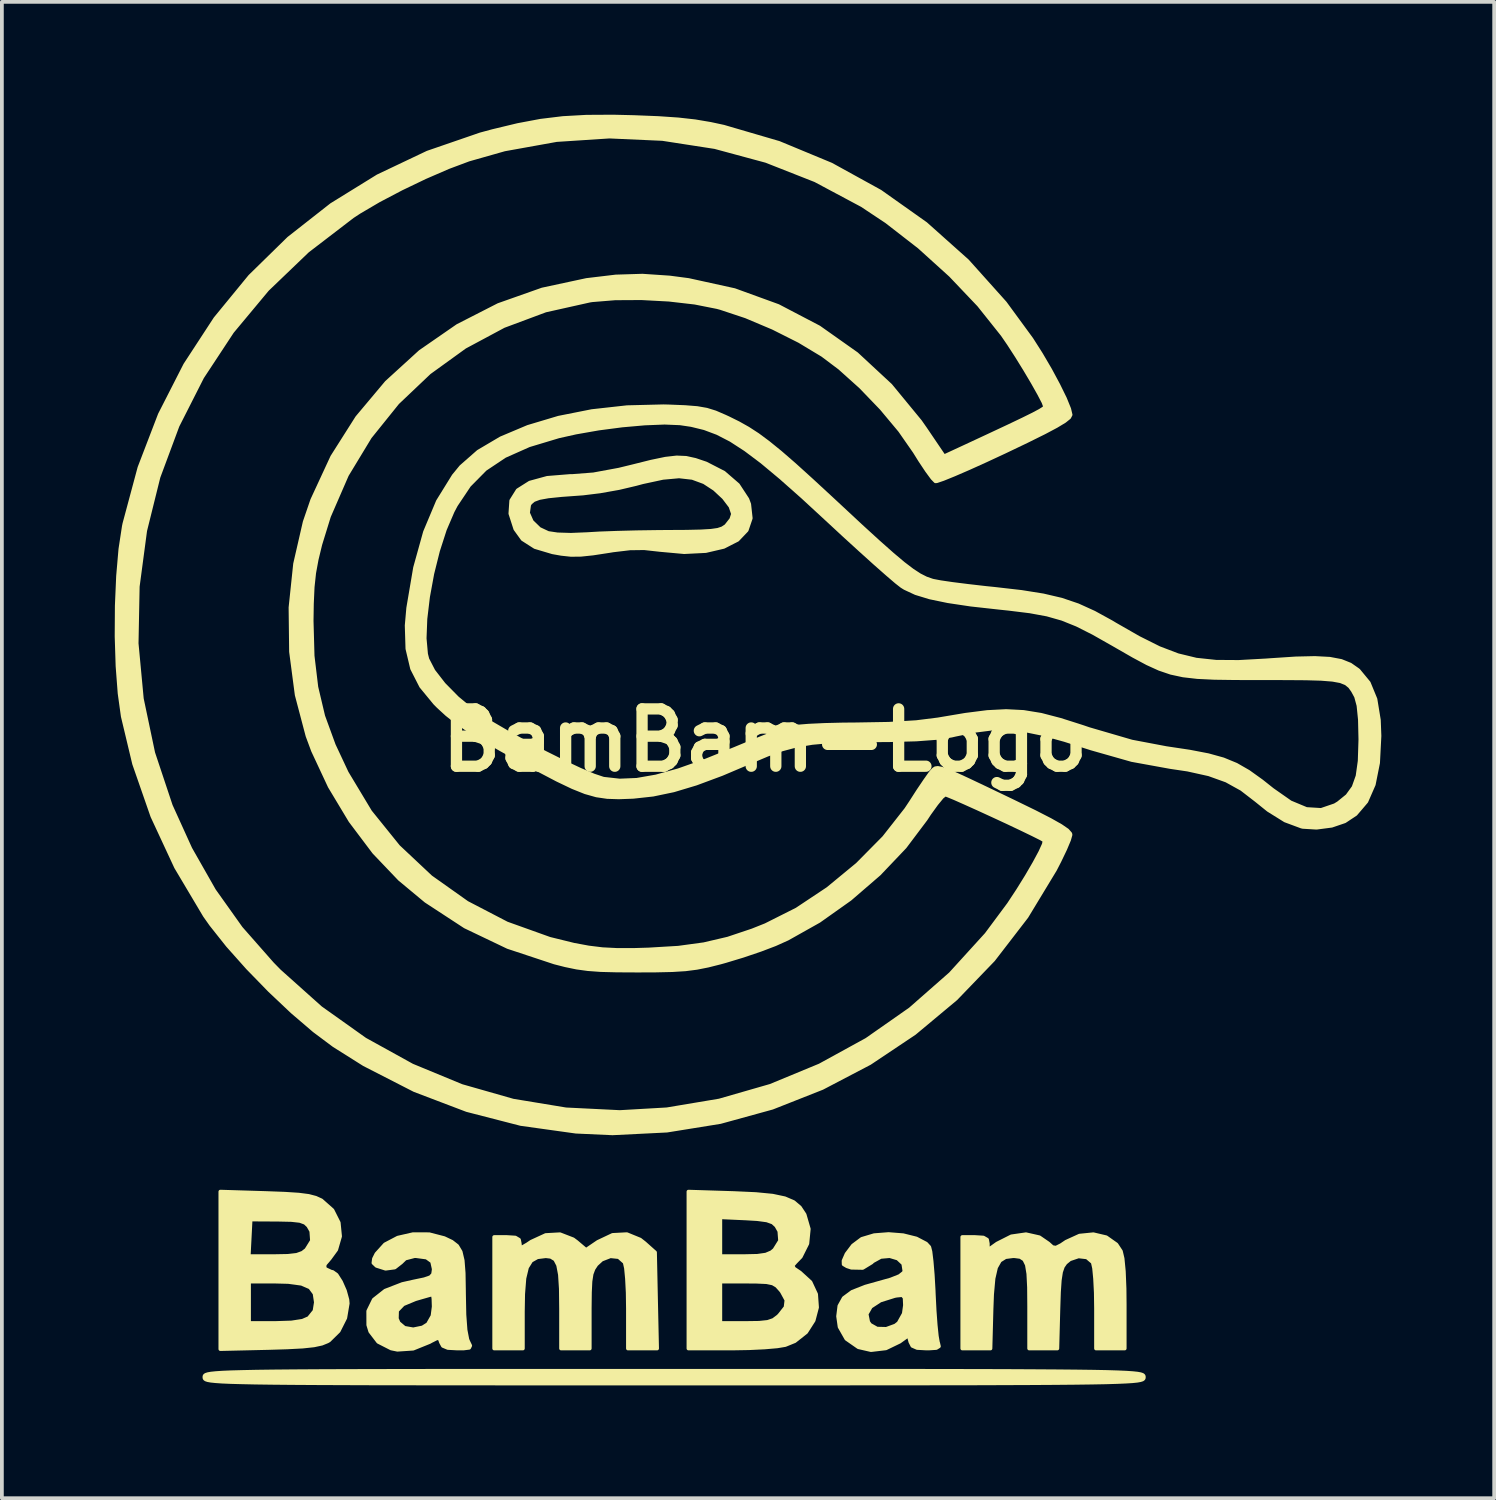
<source format=kicad_pcb>
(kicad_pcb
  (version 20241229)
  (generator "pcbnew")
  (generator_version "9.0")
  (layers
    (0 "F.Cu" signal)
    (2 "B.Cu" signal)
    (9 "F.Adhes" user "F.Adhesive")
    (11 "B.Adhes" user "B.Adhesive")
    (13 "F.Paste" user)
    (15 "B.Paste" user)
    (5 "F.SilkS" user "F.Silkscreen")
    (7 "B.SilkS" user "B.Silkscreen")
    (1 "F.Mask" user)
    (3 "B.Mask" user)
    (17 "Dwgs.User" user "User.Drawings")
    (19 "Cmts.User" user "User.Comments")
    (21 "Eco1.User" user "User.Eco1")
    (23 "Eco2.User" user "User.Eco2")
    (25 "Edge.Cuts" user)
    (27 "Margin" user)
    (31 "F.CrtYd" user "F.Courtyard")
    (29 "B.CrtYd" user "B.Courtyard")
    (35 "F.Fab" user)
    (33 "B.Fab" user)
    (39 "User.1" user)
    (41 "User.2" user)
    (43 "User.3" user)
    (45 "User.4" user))
  (footprint "BamBam-Logo"
    (layer "F.Cu")
    (at 17.287 16.633)
    (property "Reference" "BamBam-Logo" (at 0 0 0) (layer "F.SilkS") (effects (font (size 1.524 1.524) (thickness 0.3))))
    (attr through_hole)
    (fp_poly (pts (xy -2.866 16.171) (xy -3.254 16.171) (xy -3.641 16.171) (xy -3.641 15.107) (xy -3.647 14.686) (xy -3.666 14.316) (xy -3.693 14.035) (xy -3.727 13.883) (xy -3.728 13.88) (xy -3.885 13.741) (xy -4.106 13.718) (xy -4.338 13.808) (xy -4.481 13.939) (xy -4.557 14.054) (xy -4.608 14.191) (xy -4.638 14.387) (xy -4.652 14.677) (xy -4.657 15.095) (xy -4.657 15.167) (xy -4.657 16.171) (xy -5.038 16.171) (xy -5.419 16.171) (xy -5.419 15.107) (xy -5.425 14.584) (xy -5.449 14.208) (xy -5.497 13.955) (xy -5.575 13.804) (xy -5.69 13.733) (xy -5.824 13.717) (xy -6.049 13.745) (xy -6.213 13.837) (xy -6.325 14.017) (xy -6.394 14.305) (xy -6.427 14.722) (xy -6.435 15.192) (xy -6.435 16.171) (xy -6.816 16.171) (xy -7.197 16.171) (xy -7.197 14.69) (xy -7.197 13.208) (xy -6.858 13.208) (xy -6.636 13.222) (xy -6.538 13.28) (xy -6.519 13.375) (xy -6.509 13.471) (xy -6.453 13.482) (xy -6.315 13.402) (xy -6.211 13.332) (xy -5.827 13.155) (xy -5.448 13.134) (xy -5.099 13.269) (xy -5.008 13.337) (xy -4.755 13.551) (xy -4.44 13.337) (xy -4.049 13.152) (xy -3.67 13.132) (xy -3.318 13.276) (xy -3.198 13.37) (xy -2.921 13.617) (xy -2.894 14.894) (xy -2.866 16.171)) (stroke (width 0.1) (type solid)) (fill yes) (layer "F.SilkS"))
    (fp_poly (pts (xy 9.567 16.171) (xy 9.186 16.171) (xy 8.805 16.171) (xy 8.805 15.107) (xy 8.799 14.686) (xy 8.78 14.316) (xy 8.753 14.035) (xy 8.719 13.883) (xy 8.718 13.88) (xy 8.563 13.748) (xy 8.339 13.722) (xy 8.108 13.8) (xy 7.993 13.894) (xy 7.923 13.995) (xy 7.874 14.137) (xy 7.841 14.352) (xy 7.819 14.673) (xy 7.804 15.122) (xy 7.776 16.171) (xy 7.401 16.171) (xy 7.027 16.171) (xy 7.027 15.045) (xy 7.023 14.542) (xy 7.005 14.184) (xy 6.966 13.947) (xy 6.897 13.806) (xy 6.792 13.737) (xy 6.642 13.717) (xy 6.6 13.716) (xy 6.397 13.742) (xy 6.249 13.835) (xy 6.146 14.017) (xy 6.079 14.309) (xy 6.041 14.732) (xy 6.026 15.122) (xy 5.998 16.171) (xy 5.623 16.171) (xy 5.249 16.171) (xy 5.249 14.69) (xy 5.249 13.208) (xy 5.588 13.208) (xy 5.809 13.222) (xy 5.907 13.278) (xy 5.927 13.383) (xy 5.927 13.558) (xy 6.174 13.382) (xy 6.554 13.19) (xy 6.942 13.134) (xy 7.297 13.214) (xy 7.536 13.378) (xy 7.645 13.476) (xy 7.74 13.492) (xy 7.879 13.422) (xy 8.011 13.333) (xy 8.366 13.171) (xy 8.734 13.134) (xy 9.075 13.214) (xy 9.346 13.405) (xy 9.466 13.587) (xy 9.511 13.779) (xy 9.544 14.119) (xy 9.563 14.584) (xy 9.567 14.99) (xy 9.567 16.171)) (stroke (width 0.1) (type solid)) (fill yes) (layer "F.SilkS"))
    (fp_poly (pts (xy 1.387 15.079) (xy 1.296 15.426) (xy 1.097 15.737) (xy 0.794 15.976) (xy 0.573 16.066) (xy 0.573 14.885) (xy 0.452 14.662) (xy 0.417 14.616) (xy 0.404 14.602) (xy 0.404 13.306) (xy 0.385 13.052) (xy 0.304 12.908) (xy 0.209 12.821) (xy 0.053 12.765) (xy -0.202 12.731) (xy -0.5 12.713) (xy -1.185 12.682) (xy -1.185 13.199) (xy -1.185 13.716) (xy -0.55 13.716) (xy -0.2 13.708) (xy 0.026 13.676) (xy 0.175 13.613) (xy 0.254 13.547) (xy 0.404 13.306) (xy 0.404 14.602) (xy 0.319 14.507) (xy 0.209 14.441) (xy 0.044 14.407) (xy -0.219 14.395) (xy -0.472 14.393) (xy -1.185 14.393) (xy -1.185 14.944) (xy -1.185 15.494) (xy -0.504 15.494) (xy -0.154 15.489) (xy 0.074 15.465) (xy 0.226 15.413) (xy 0.349 15.321) (xy 0.385 15.286) (xy 0.551 15.075) (xy 0.573 14.885) (xy 0.573 16.066) (xy 0.54 16.079) (xy 0.33 16.114) (xy -0.004 16.143) (xy -0.419 16.163) (xy -0.869 16.171) (xy -0.91 16.171) (xy -2.032 16.171) (xy -2.032 14.086) (xy -2.032 12.001) (xy -0.826 12.039) (xy -0.238 12.066) (xy 0.205 12.109) (xy 0.53 12.178) (xy 0.763 12.278) (xy 0.929 12.418) (xy 1.054 12.607) (xy 1.057 12.613) (xy 1.167 12.993) (xy 1.129 13.382) (xy 0.955 13.73) (xy 0.808 13.883) (xy 0.735 13.967) (xy 0.774 14.045) (xy 0.934 14.153) (xy 1.213 14.408) (xy 1.362 14.728) (xy 1.387 15.079)) (stroke (width 0.1) (type solid)) (fill yes) (layer "F.SilkS"))
    (fp_poly (pts (xy -11.092 14.973) (xy -11.157 15.359) (xy -11.332 15.706) (xy -11.587 15.957) (xy -11.632 15.983) (xy -11.78 16.043) (xy -11.938 16.077) (xy -11.938 14.944) (xy -11.973 14.709) (xy -12.042 14.616) (xy -12.042 13.305) (xy -12.06 13.051) (xy -12.14 12.91) (xy -12.226 12.829) (xy -12.362 12.779) (xy -12.587 12.754) (xy -12.941 12.746) (xy -12.966 12.746) (xy -13.674 12.742) (xy -13.699 13.229) (xy -13.724 13.716) (xy -13.043 13.716) (xy -12.682 13.709) (xy -12.447 13.682) (xy -12.295 13.627) (xy -12.192 13.547) (xy -12.042 13.305) (xy -12.042 14.616) (xy -12.092 14.548) (xy -12.317 14.45) (xy -12.671 14.402) (xy -13.015 14.393) (xy -13.716 14.393) (xy -13.716 14.944) (xy -13.716 15.494) (xy -13.015 15.494) (xy -12.585 15.48) (xy -12.294 15.435) (xy -12.126 15.362) (xy -11.974 15.173) (xy -11.938 14.944) (xy -11.938 16.077) (xy -11.989 16.088) (xy -12.287 16.12) (xy -12.702 16.142) (xy -13.187 16.157) (xy -14.478 16.187) (xy -14.478 14.094) (xy -14.478 12.001) (xy -13.27 12.038) (xy -12.763 12.057) (xy -12.394 12.081) (xy -12.132 12.115) (xy -11.944 12.164) (xy -11.799 12.23) (xy -11.79 12.235) (xy -11.498 12.494) (xy -11.331 12.826) (xy -11.295 13.189) (xy -11.397 13.542) (xy -11.57 13.779) (xy -11.703 13.935) (xy -11.711 14.028) (xy -11.67 14.065) (xy -11.532 14.13) (xy -11.492 14.138) (xy -11.388 14.213) (xy -11.271 14.397) (xy -11.166 14.635) (xy -11.101 14.872) (xy -11.092 14.973)) (stroke (width 0.1) (type solid)) (fill yes) (layer "F.SilkS"))
    (fp_poly (pts (xy 4.627 16.114) (xy 4.556 16.158) (xy 4.359 16.171) (xy 4.295 16.171) (xy 4.049 16.157) (xy 3.922 16.101) (xy 3.868 15.995) (xy 3.822 15.819) (xy 3.725 15.888) (xy 3.725 15.022) (xy 3.716 14.822) (xy 3.657 14.751) (xy 3.502 14.766) (xy 3.45 14.776) (xy 3.068 14.896) (xy 2.816 15.061) (xy 2.705 15.256) (xy 2.747 15.468) (xy 2.798 15.541) (xy 2.981 15.644) (xy 3.228 15.65) (xy 3.469 15.562) (xy 3.556 15.494) (xy 3.694 15.246) (xy 3.725 15.022) (xy 3.725 15.888) (xy 3.583 15.99) (xy 3.217 16.167) (xy 2.822 16.214) (xy 2.487 16.137) (xy 2.167 15.914) (xy 1.987 15.597) (xy 1.947 15.315) (xy 1.981 15.04) (xy 2.097 14.83) (xy 2.319 14.666) (xy 2.672 14.527) (xy 2.968 14.444) (xy 3.346 14.338) (xy 3.58 14.245) (xy 3.693 14.155) (xy 3.71 14.112) (xy 3.68 13.916) (xy 3.534 13.779) (xy 3.319 13.715) (xy 3.081 13.736) (xy 2.869 13.853) (xy 2.836 13.885) (xy 2.6 14.029) (xy 2.3 14.023) (xy 2.184 13.985) (xy 2.095 13.932) (xy 2.092 13.84) (xy 2.171 13.659) (xy 2.341 13.434) (xy 2.572 13.261) (xy 2.582 13.256) (xy 2.906 13.159) (xy 3.288 13.129) (xy 3.677 13.16) (xy 4.026 13.247) (xy 4.286 13.383) (xy 4.371 13.475) (xy 4.402 13.598) (xy 4.433 13.856) (xy 4.463 14.213) (xy 4.487 14.633) (xy 4.491 14.732) (xy 4.513 15.166) (xy 4.541 15.548) (xy 4.571 15.84) (xy 4.6 16.007) (xy 4.606 16.023) (xy 4.627 16.114)) (stroke (width 0.1) (type solid)) (fill yes) (layer "F.SilkS"))
    (fp_poly (pts (xy -7.835 16.096) (xy -7.863 16.152) (xy -8.007 16.17) (xy -8.175 16.171) (xy -8.429 16.157) (xy -8.56 16.102) (xy -8.61 16.01) (xy -8.647 15.908) (xy -8.716 15.896) (xy -8.805 15.941) (xy -8.805 15.058) (xy -8.812 14.85) (xy -8.827 14.738) (xy -8.832 14.732) (xy -8.922 14.754) (xy -9.122 14.811) (xy -9.293 14.861) (xy -9.617 14.996) (xy -9.78 15.166) (xy -9.786 15.378) (xy -9.738 15.491) (xy -9.583 15.622) (xy -9.349 15.663) (xy -9.101 15.612) (xy -8.96 15.523) (xy -8.837 15.305) (xy -8.805 15.058) (xy -8.805 15.941) (xy -8.869 15.973) (xy -8.919 16.001) (xy -9.352 16.176) (xy -9.771 16.204) (xy -9.936 16.17) (xy -10.281 15.994) (xy -10.492 15.719) (xy -10.545 15.545) (xy -10.546 15.176) (xy -10.398 14.873) (xy -10.096 14.635) (xy -9.639 14.458) (xy -9.346 14.392) (xy -9.054 14.331) (xy -8.892 14.275) (xy -8.822 14.198) (xy -8.805 14.078) (xy -8.805 14.054) (xy -8.848 13.859) (xy -8.994 13.753) (xy -9.271 13.716) (xy -9.32 13.716) (xy -9.564 13.78) (xy -9.672 13.885) (xy -9.843 14.018) (xy -10.085 14.05) (xy -10.325 13.974) (xy -10.329 13.971) (xy -10.408 13.895) (xy -10.394 13.787) (xy -10.328 13.655) (xy -10.1 13.403) (xy -9.761 13.225) (xy -9.354 13.132) (xy -8.924 13.134) (xy -8.527 13.237) (xy -8.325 13.333) (xy -8.182 13.444) (xy -8.089 13.6) (xy -8.035 13.831) (xy -8.009 14.166) (xy -8.001 14.636) (xy -8 14.722) (xy -7.989 15.273) (xy -7.959 15.679) (xy -7.911 15.93) (xy -7.89 15.981) (xy -7.835 16.096)) (stroke (width 0.1) (type solid)) (fill yes) (layer "F.SilkS"))
    (fp_poly (pts (xy 10.075 16.933) (xy 10.074 16.956) (xy 10.063 16.977) (xy 10.036 16.996) (xy 9.983 17.013) (xy 9.898 17.028) (xy 9.772 17.041) (xy 9.596 17.052) (xy 9.364 17.062) (xy 9.066 17.071) (xy 8.695 17.078) (xy 8.243 17.084) (xy 7.701 17.089) (xy 7.063 17.093) (xy 6.318 17.096) (xy 5.461 17.099) (xy 4.481 17.1) (xy 3.372 17.101) (xy 2.126 17.102) (xy 0.734 17.103) (xy -0.812 17.103) (xy -2.413 17.103) (xy -4.111 17.103) (xy -5.647 17.102) (xy -7.03 17.102) (xy -8.268 17.101) (xy -9.369 17.1) (xy -10.341 17.099) (xy -11.192 17.096) (xy -11.93 17.093) (xy -12.562 17.089) (xy -13.098 17.084) (xy -13.545 17.078) (xy -13.912 17.07) (xy -14.205 17.062) (xy -14.434 17.052) (xy -14.606 17.04) (xy -14.73 17.027) (xy -14.813 17.012) (xy -14.864 16.995) (xy -14.89 16.976) (xy -14.9 16.955) (xy -14.901 16.933) (xy -14.9 16.91) (xy -14.889 16.889) (xy -14.862 16.871) (xy -14.809 16.854) (xy -14.724 16.839) (xy -14.598 16.826) (xy -14.422 16.814) (xy -14.19 16.804) (xy -13.892 16.796) (xy -13.521 16.788) (xy -13.069 16.782) (xy -12.527 16.777) (xy -11.889 16.773) (xy -11.144 16.77) (xy -10.287 16.768) (xy -9.307 16.766) (xy -8.198 16.765) (xy -6.952 16.765) (xy -5.56 16.764) (xy -4.014 16.764) (xy -2.413 16.764) (xy -0.715 16.764) (xy 0.821 16.764) (xy 2.204 16.765) (xy 3.442 16.765) (xy 4.543 16.766) (xy 5.515 16.768) (xy 6.366 16.77) (xy 7.104 16.774) (xy 7.736 16.778) (xy 8.272 16.783) (xy 8.719 16.789) (xy 9.086 16.796) (xy 9.379 16.805) (xy 9.608 16.815) (xy 9.78 16.827) (xy 9.904 16.84) (xy 9.987 16.855) (xy 10.038 16.872) (xy 10.064 16.891) (xy 10.074 16.912) (xy 10.075 16.933)) (stroke (width 0.1) (type solid)) (fill yes) (layer "F.SilkS"))
    (fp_poly (pts (xy -0.376 -5.904) (xy -0.484 -5.586) (xy -0.728 -5.33) (xy -0.847 -5.27) (xy -0.847 -6.018) (xy -0.914 -6.216) (xy -1.092 -6.451) (xy -1.339 -6.681) (xy -1.616 -6.862) (xy -1.928 -6.977) (xy -2.282 -7.017) (xy -2.712 -6.978) (xy -3.25 -6.862) (xy -3.429 -6.814) (xy -3.882 -6.707) (xy -4.384 -6.618) (xy -4.84 -6.562) (xy -4.911 -6.557) (xy -5.405 -6.521) (xy -5.758 -6.485) (xy -5.996 -6.442) (xy -6.146 -6.386) (xy -6.235 -6.311) (xy -6.268 -6.26) (xy -6.298 -6.044) (xy -6.197 -5.816) (xy -5.995 -5.62) (xy -5.763 -5.511) (xy -5.515 -5.474) (xy -5.157 -5.463) (xy -4.749 -5.48) (xy -4.741 -5.48) (xy -4.399 -5.5) (xy -3.937 -5.517) (xy -3.407 -5.531) (xy -2.859 -5.539) (xy -2.613 -5.541) (xy -2.086 -5.544) (xy -1.701 -5.553) (xy -1.432 -5.569) (xy -1.25 -5.595) (xy -1.13 -5.635) (xy -1.044 -5.691) (xy -1.026 -5.707) (xy -0.893 -5.876) (xy -0.847 -6.018) (xy -0.847 -5.27) (xy -1.095 -5.143) (xy -1.572 -5.032) (xy -2.146 -5.003) (xy -2.804 -5.063) (xy -2.82 -5.065) (xy -3.209 -5.108) (xy -3.588 -5.103) (xy -4.035 -5.05) (xy -4.132 -5.034) (xy -4.569 -4.967) (xy -4.892 -4.933) (xy -5.156 -4.93) (xy -5.414 -4.958) (xy -5.645 -4.999) (xy -6.112 -5.138) (xy -6.44 -5.348) (xy -6.635 -5.618) (xy -6.767 -6.028) (xy -6.744 -6.372) (xy -6.572 -6.647) (xy -6.251 -6.85) (xy -5.787 -6.977) (xy -5.183 -7.026) (xy -5.11 -7.027) (xy -4.558 -7.07) (xy -3.88 -7.195) (xy -3.527 -7.281) (xy -3.023 -7.407) (xy -2.643 -7.486) (xy -2.346 -7.52) (xy -2.095 -7.509) (xy -1.85 -7.455) (xy -1.572 -7.361) (xy -1.564 -7.358) (xy -1.091 -7.115) (xy -0.715 -6.79) (xy -0.466 -6.41) (xy -0.417 -6.278) (xy -0.376 -5.904)) (stroke (width 0.1) (type solid)) (fill yes) (layer "F.SilkS"))
    (fp_poly (pts (xy 16.341 -0.116) (xy 16.304 0.601) (xy 16.189 1.177) (xy 15.992 1.627) (xy 15.833 1.814) (xy 15.833 -0.025) (xy 15.821 -0.551) (xy 15.783 -0.924) (xy 15.72 -1.157) (xy 15.711 -1.175) (xy 15.634 -1.317) (xy 15.555 -1.428) (xy 15.453 -1.512) (xy 15.306 -1.571) (xy 15.094 -1.61) (xy 14.796 -1.634) (xy 14.39 -1.646) (xy 13.856 -1.65) (xy 13.216 -1.651) (xy 12.514 -1.652) (xy 11.952 -1.66) (xy 11.498 -1.682) (xy 11.123 -1.725) (xy 10.797 -1.795) (xy 10.488 -1.9) (xy 10.167 -2.046) (xy 9.803 -2.241) (xy 9.366 -2.492) (xy 9.248 -2.56) (xy 8.729 -2.854) (xy 8.297 -3.072) (xy 7.905 -3.23) (xy 7.504 -3.344) (xy 7.047 -3.428) (xy 6.487 -3.497) (xy 6.231 -3.524) (xy 5.474 -3.608) (xy 4.866 -3.699) (xy 4.385 -3.799) (xy 4.011 -3.913) (xy 3.723 -4.047) (xy 3.641 -4.098) (xy 3.499 -4.209) (xy 3.255 -4.418) (xy 2.927 -4.707) (xy 2.537 -5.059) (xy 2.102 -5.456) (xy 1.693 -5.835) (xy 1.009 -6.466) (xy 0.423 -6.985) (xy -0.079 -7.404) (xy -0.517 -7.733) (xy -0.906 -7.985) (xy -1.263 -8.169) (xy -1.607 -8.298) (xy -1.953 -8.383) (xy -2.255 -8.428) (xy -2.666 -8.445) (xy -3.195 -8.424) (xy -3.795 -8.371) (xy -4.422 -8.289) (xy -5.027 -8.183) (xy -5.484 -8.081) (xy -6.271 -7.844) (xy -6.914 -7.558) (xy -7.437 -7.209) (xy -7.863 -6.778) (xy -8.215 -6.252) (xy -8.301 -6.089) (xy -8.509 -5.604) (xy -8.691 -5.039) (xy -8.843 -4.431) (xy -8.956 -3.815) (xy -9.026 -3.229) (xy -9.046 -2.71) (xy -9.009 -2.295) (xy -8.974 -2.156) (xy -8.813 -1.844) (xy -8.536 -1.487) (xy -8.176 -1.122) (xy -7.766 -0.784) (xy -7.62 -0.681) (xy -7.256 -0.449) (xy -6.815 -0.192) (xy -6.329 0.076) (xy -5.828 0.339) (xy -5.344 0.58) (xy -4.908 0.785) (xy -4.551 0.936) (xy -4.304 1.019) (xy -4.28 1.024) (xy -3.862 1.071) (xy -3.407 1.052) (xy -2.893 0.962) (xy -2.299 0.798) (xy -1.605 0.553) (xy -0.788 0.223) (xy -0.762 0.212) (xy -0.338 0.036) (xy 0.06 -0.123) (xy 0.392 -0.248) (xy 0.615 -0.324) (xy 0.635 -0.33) (xy 0.833 -0.361) (xy 1.164 -0.388) (xy 1.59 -0.408) (xy 2.077 -0.42) (xy 2.423 -0.423) (xy 3.295 -0.438) (xy 4.025 -0.482) (xy 4.601 -0.554) (xy 4.624 -0.558) (xy 5.33 -0.677) (xy 5.912 -0.751) (xy 6.415 -0.777) (xy 6.878 -0.753) (xy 7.344 -0.677) (xy 7.854 -0.544) (xy 8.451 -0.354) (xy 8.615 -0.298) (xy 9.756 0.035) (xy 10.668 0.208) (xy 11.293 0.302) (xy 11.788 0.397) (xy 12.188 0.508) (xy 12.533 0.65) (xy 12.86 0.838) (xy 13.206 1.086) (xy 13.497 1.317) (xy 13.973 1.65) (xy 14.4 1.828) (xy 14.79 1.852) (xy 15.156 1.727) (xy 15.249 1.67) (xy 15.487 1.477) (xy 15.653 1.248) (xy 15.759 0.95) (xy 15.815 0.55) (xy 15.832 0.019) (xy 15.833 -0.025) (xy 15.833 1.814) (xy 15.706 1.962) (xy 15.418 2.153) (xy 15.072 2.271) (xy 14.668 2.324) (xy 14.303 2.302) (xy 14.266 2.293) (xy 13.833 2.132) (xy 13.385 1.853) (xy 13.066 1.596) (xy 12.677 1.296) (xy 12.271 1.071) (xy 11.806 0.904) (xy 11.243 0.779) (xy 10.779 0.71) (xy 9.756 0.524) (xy 8.677 0.217) (xy 8.671 0.215) (xy 7.971 -0.008) (xy 7.392 -0.169) (xy 6.898 -0.27) (xy 6.454 -0.316) (xy 6.024 -0.309) (xy 5.574 -0.252) (xy 5.068 -0.149) (xy 4.964 -0.125) (xy 4.575 -0.063) (xy 4.022 -0.022) (xy 3.31 -0.003) (xy 3.006 -0.001) (xy 2.301 0.006) (xy 1.73 0.027) (xy 1.257 0.07) (xy 0.846 0.139) (xy 0.462 0.241) (xy 0.069 0.382) (xy -0.349 0.559) (xy -1.145 0.897) (xy -1.828 1.151) (xy -2.427 1.331) (xy -2.973 1.445) (xy -3.493 1.502) (xy -3.53 1.504) (xy -3.885 1.517) (xy -4.191 1.507) (xy -4.478 1.465) (xy -4.776 1.381) (xy -5.113 1.246) (xy -5.521 1.051) (xy -6.028 0.785) (xy -6.383 0.593) (xy -7.003 0.252) (xy -7.496 -0.031) (xy -7.885 -0.271) (xy -8.197 -0.485) (xy -8.455 -0.689) (xy -8.683 -0.898) (xy -8.773 -0.989) (xy -9.139 -1.434) (xy -9.38 -1.906) (xy -9.505 -2.434) (xy -9.524 -3.052) (xy -9.483 -3.518) (xy -9.301 -4.589) (xy -9.037 -5.538) (xy -8.694 -6.355) (xy -8.275 -7.032) (xy -8.078 -7.272) (xy -7.62 -7.674) (xy -7.019 -8.029) (xy -6.301 -8.332) (xy -5.486 -8.576) (xy -4.6 -8.752) (xy -3.664 -8.856) (xy -2.701 -8.88) (xy -2.566 -8.877) (xy -2.122 -8.859) (xy -1.799 -8.833) (xy -1.548 -8.789) (xy -1.319 -8.718) (xy -1.066 -8.609) (xy -0.975 -8.567) (xy -0.702 -8.432) (xy -0.446 -8.288) (xy -0.189 -8.121) (xy 0.09 -7.914) (xy 0.409 -7.655) (xy 0.787 -7.327) (xy 1.242 -6.915) (xy 1.794 -6.405) (xy 1.99 -6.223) (xy 2.556 -5.696) (xy 3.017 -5.275) (xy 3.388 -4.946) (xy 3.684 -4.697) (xy 3.922 -4.516) (xy 4.117 -4.389) (xy 4.285 -4.304) (xy 4.442 -4.249) (xy 4.479 -4.239) (xy 4.669 -4.203) (xy 4.989 -4.156) (xy 5.403 -4.104) (xy 5.872 -4.05) (xy 6.116 -4.025) (xy 6.822 -3.944) (xy 7.399 -3.852) (xy 7.886 -3.738) (xy 8.325 -3.589) (xy 8.754 -3.394) (xy 9.213 -3.142) (xy 9.313 -3.082) (xy 9.942 -2.722) (xy 10.484 -2.451) (xy 10.979 -2.262) (xy 11.47 -2.143) (xy 11.997 -2.087) (xy 12.6 -2.083) (xy 13.322 -2.123) (xy 13.462 -2.133) (xy 14.114 -2.176) (xy 14.624 -2.188) (xy 15.019 -2.167) (xy 15.324 -2.109) (xy 15.565 -2.012) (xy 15.767 -1.871) (xy 15.787 -1.854) (xy 16.056 -1.528) (xy 16.234 -1.095) (xy 16.325 -0.539) (xy 16.341 -0.116)) (stroke (width 0.1) (type solid)) (fill yes) (layer "F.SilkS"))
    (fp_poly (pts (xy 8.128 -8.655) (xy 8.091 -8.584) (xy 7.97 -8.487) (xy 7.752 -8.355) (xy 7.451 -8.195) (xy 7.451 -8.87) (xy 7.408 -8.987) (xy 7.291 -9.212) (xy 7.121 -9.514) (xy 6.917 -9.858) (xy 6.698 -10.212) (xy 6.484 -10.543) (xy 6.318 -10.785) (xy 5.689 -11.574) (xy 4.937 -12.365) (xy 4.105 -13.118) (xy 3.234 -13.794) (xy 2.582 -14.227) (xy 1.342 -14.889) (xy 0.032 -15.405) (xy -1.329 -15.773) (xy -2.724 -15.989) (xy -4.133 -16.052) (xy -5.539 -15.96) (xy -6.923 -15.711) (xy -7.874 -15.441) (xy -8.414 -15.239) (xy -9.028 -14.973) (xy -9.664 -14.668) (xy -10.267 -14.351) (xy -10.784 -14.047) (xy -10.964 -13.929) (xy -12.16 -13.012) (xy -13.228 -11.988) (xy -14.163 -10.866) (xy -14.961 -9.654) (xy -15.616 -8.363) (xy -16.123 -6.999) (xy -16.477 -5.573) (xy -16.674 -4.093) (xy -16.675 -4.07) (xy -16.704 -2.576) (xy -16.566 -1.105) (xy -16.263 0.336) (xy -15.796 1.738) (xy -15.276 2.883) (xy -14.644 3.994) (xy -13.931 4.996) (xy -13.097 5.944) (xy -12.909 6.136) (xy -11.813 7.116) (xy -10.633 7.955) (xy -9.379 8.648) (xy -8.063 9.192) (xy -6.696 9.582) (xy -5.29 9.814) (xy -3.855 9.885) (xy -2.607 9.813) (xy -1.211 9.579) (xy 0.15 9.187) (xy 1.46 8.645) (xy 2.705 7.962) (xy 3.868 7.148) (xy 4.935 6.211) (xy 5.89 5.161) (xy 6.487 4.358) (xy 6.732 3.986) (xy 6.964 3.612) (xy 7.166 3.264) (xy 7.323 2.972) (xy 7.418 2.763) (xy 7.436 2.667) (xy 7.435 2.666) (xy 7.341 2.611) (xy 7.125 2.503) (xy 6.819 2.355) (xy 6.454 2.182) (xy 6.062 2) (xy 5.674 1.822) (xy 5.321 1.663) (xy 5.036 1.537) (xy 4.849 1.46) (xy 4.793 1.442) (xy 4.709 1.51) (xy 4.561 1.69) (xy 4.374 1.949) (xy 4.276 2.098) (xy 3.722 2.834) (xy 3.039 3.552) (xy 2.266 4.219) (xy 1.441 4.804) (xy 0.603 5.275) (xy 0.274 5.423) (xy -0.115 5.571) (xy -0.584 5.73) (xy -1.05 5.871) (xy -1.179 5.907) (xy -1.512 5.991) (xy -1.809 6.05) (xy -2.111 6.089) (xy -2.462 6.111) (xy -2.903 6.121) (xy -3.387 6.123) (xy -3.939 6.12) (xy -4.365 6.109) (xy -4.706 6.084) (xy -5.005 6.043) (xy -5.304 5.981) (xy -5.594 5.907) (xy -6.834 5.496) (xy -7.972 4.952) (xy -9.012 4.272) (xy -9.712 3.69) (xy -10.391 2.978) (xy -11.02 2.143) (xy -11.57 1.228) (xy -12.014 0.278) (xy -12.161 -0.118) (xy -12.448 -1.206) (xy -12.599 -2.355) (xy -12.613 -3.529) (xy -12.491 -4.691) (xy -12.235 -5.806) (xy -12.034 -6.392) (xy -11.503 -7.538) (xy -10.841 -8.582) (xy -10.058 -9.515) (xy -9.164 -10.33) (xy -8.17 -11.018) (xy -7.084 -11.573) (xy -5.918 -11.985) (xy -4.741 -12.238) (xy -3.964 -12.331) (xy -3.256 -12.353) (xy -2.532 -12.304) (xy -2.032 -12.238) (xy -0.808 -11.969) (xy 0.353 -11.547) (xy 1.439 -10.979) (xy 2.438 -10.273) (xy 3.339 -9.437) (xy 4.128 -8.478) (xy 4.265 -8.282) (xy 4.762 -7.549) (xy 5.366 -7.829) (xy 6.001 -8.125) (xy 6.498 -8.358) (xy 6.872 -8.537) (xy 7.139 -8.669) (xy 7.313 -8.762) (xy 7.411 -8.824) (xy 7.449 -8.862) (xy 7.451 -8.87) (xy 7.451 -8.195) (xy 7.42 -8.179) (xy 6.962 -7.952) (xy 6.381 -7.674) (xy 5.876 -7.439) (xy 5.42 -7.233) (xy 5.036 -7.067) (xy 4.746 -6.949) (xy 4.573 -6.89) (xy 4.537 -6.886) (xy 4.455 -6.97) (xy 4.31 -7.167) (xy 4.125 -7.445) (xy 3.983 -7.673) (xy 3.591 -8.236) (xy 3.099 -8.825) (xy 2.55 -9.396) (xy 1.99 -9.899) (xy 1.534 -10.242) (xy 0.916 -10.614) (xy 0.214 -10.967) (xy -0.506 -11.271) (xy -1.177 -11.494) (xy -1.27 -11.519) (xy -1.86 -11.636) (xy -2.552 -11.716) (xy -3.28 -11.755) (xy -3.982 -11.751) (xy -4.593 -11.701) (xy -4.657 -11.691) (xy -5.833 -11.428) (xy -6.943 -11.014) (xy -7.977 -10.46) (xy -8.922 -9.777) (xy -9.767 -8.975) (xy -10.501 -8.063) (xy -11.113 -7.053) (xy -11.59 -5.955) (xy -11.821 -5.207) (xy -11.918 -4.806) (xy -11.984 -4.447) (xy -12.024 -4.074) (xy -12.044 -3.633) (xy -12.051 -3.175) (xy -12.025 -2.242) (xy -11.926 -1.415) (xy -11.743 -0.642) (xy -11.462 0.128) (xy -11.117 0.864) (xy -10.494 1.9) (xy -9.746 2.827) (xy -8.884 3.637) (xy -7.919 4.321) (xy -6.861 4.871) (xy -5.722 5.279) (xy -5.08 5.437) (xy -4.686 5.51) (xy -4.32 5.555) (xy -3.928 5.575) (xy -3.455 5.574) (xy -3.09 5.563) (xy -2.302 5.516) (xy -1.62 5.423) (xy -0.984 5.274) (xy -0.334 5.056) (xy 0.022 4.914) (xy 0.849 4.498) (xy 1.674 3.949) (xy 2.46 3.301) (xy 3.167 2.586) (xy 3.756 1.836) (xy 3.879 1.651) (xy 4.081 1.337) (xy 4.264 1.066) (xy 4.398 0.877) (xy 4.437 0.829) (xy 4.483 0.778) (xy 4.53 0.745) (xy 4.598 0.735) (xy 4.705 0.756) (xy 4.869 0.815) (xy 5.108 0.917) (xy 5.44 1.071) (xy 5.885 1.282) (xy 6.459 1.557) (xy 6.627 1.638) (xy 7.177 1.906) (xy 7.586 2.116) (xy 7.869 2.276) (xy 8.042 2.395) (xy 8.119 2.482) (xy 8.126 2.513) (xy 8.087 2.65) (xy 7.984 2.895) (xy 7.833 3.21) (xy 7.714 3.441) (xy 6.957 4.69) (xy 6.074 5.836) (xy 5.077 6.871) (xy 3.978 7.788) (xy 2.791 8.582) (xy 1.526 9.244) (xy 0.197 9.769) (xy -1.184 10.149) (xy -2.604 10.378) (xy -4.052 10.45) (xy -5.023 10.406) (xy -6.49 10.201) (xy -7.925 9.831) (xy -9.318 9.301) (xy -10.657 8.615) (xy -11.456 8.112) (xy -11.983 7.718) (xy -12.566 7.219) (xy -13.167 6.651) (xy -13.751 6.051) (xy -14.282 5.455) (xy -14.724 4.898) (xy -14.892 4.66) (xy -15.656 3.375) (xy -16.286 2.02) (xy -16.771 0.625) (xy -17.072 -0.635) (xy -17.157 -1.247) (xy -17.212 -1.971) (xy -17.237 -2.763) (xy -17.232 -3.576) (xy -17.198 -4.365) (xy -17.136 -5.084) (xy -17.044 -5.688) (xy -17.03 -5.757) (xy -16.629 -7.25) (xy -16.087 -8.662) (xy -15.412 -9.985) (xy -14.611 -11.212) (xy -13.691 -12.334) (xy -12.659 -13.344) (xy -11.524 -14.235) (xy -10.291 -14.997) (xy -8.969 -15.625) (xy -7.564 -16.109) (xy -7.239 -16.197) (xy -6.569 -16.358) (xy -5.963 -16.472) (xy -5.371 -16.544) (xy -4.743 -16.579) (xy -4.031 -16.583) (xy -3.483 -16.57) (xy -2.832 -16.544) (xy -2.304 -16.508) (xy -1.857 -16.458) (xy -1.443 -16.388) (xy -1.095 -16.313) (xy 0.375 -15.883) (xy 1.764 -15.307) (xy 3.067 -14.589) (xy 4.276 -13.733) (xy 5.384 -12.744) (xy 6.384 -11.628) (xy 7.087 -10.668) (xy 7.341 -10.269) (xy 7.586 -9.851) (xy 7.803 -9.447) (xy 7.978 -9.09) (xy 8.091 -8.812) (xy 8.128 -8.655)) (stroke (width 0.1) (type solid)) (fill yes) (layer "F.SilkS")))
  (gr_rect
    (start -3 -3)
    (end 36.678 36.786)
    (stroke (width 0.1) (type default))
    (fill no)
    (layer "Edge.Cuts")))
</source>
